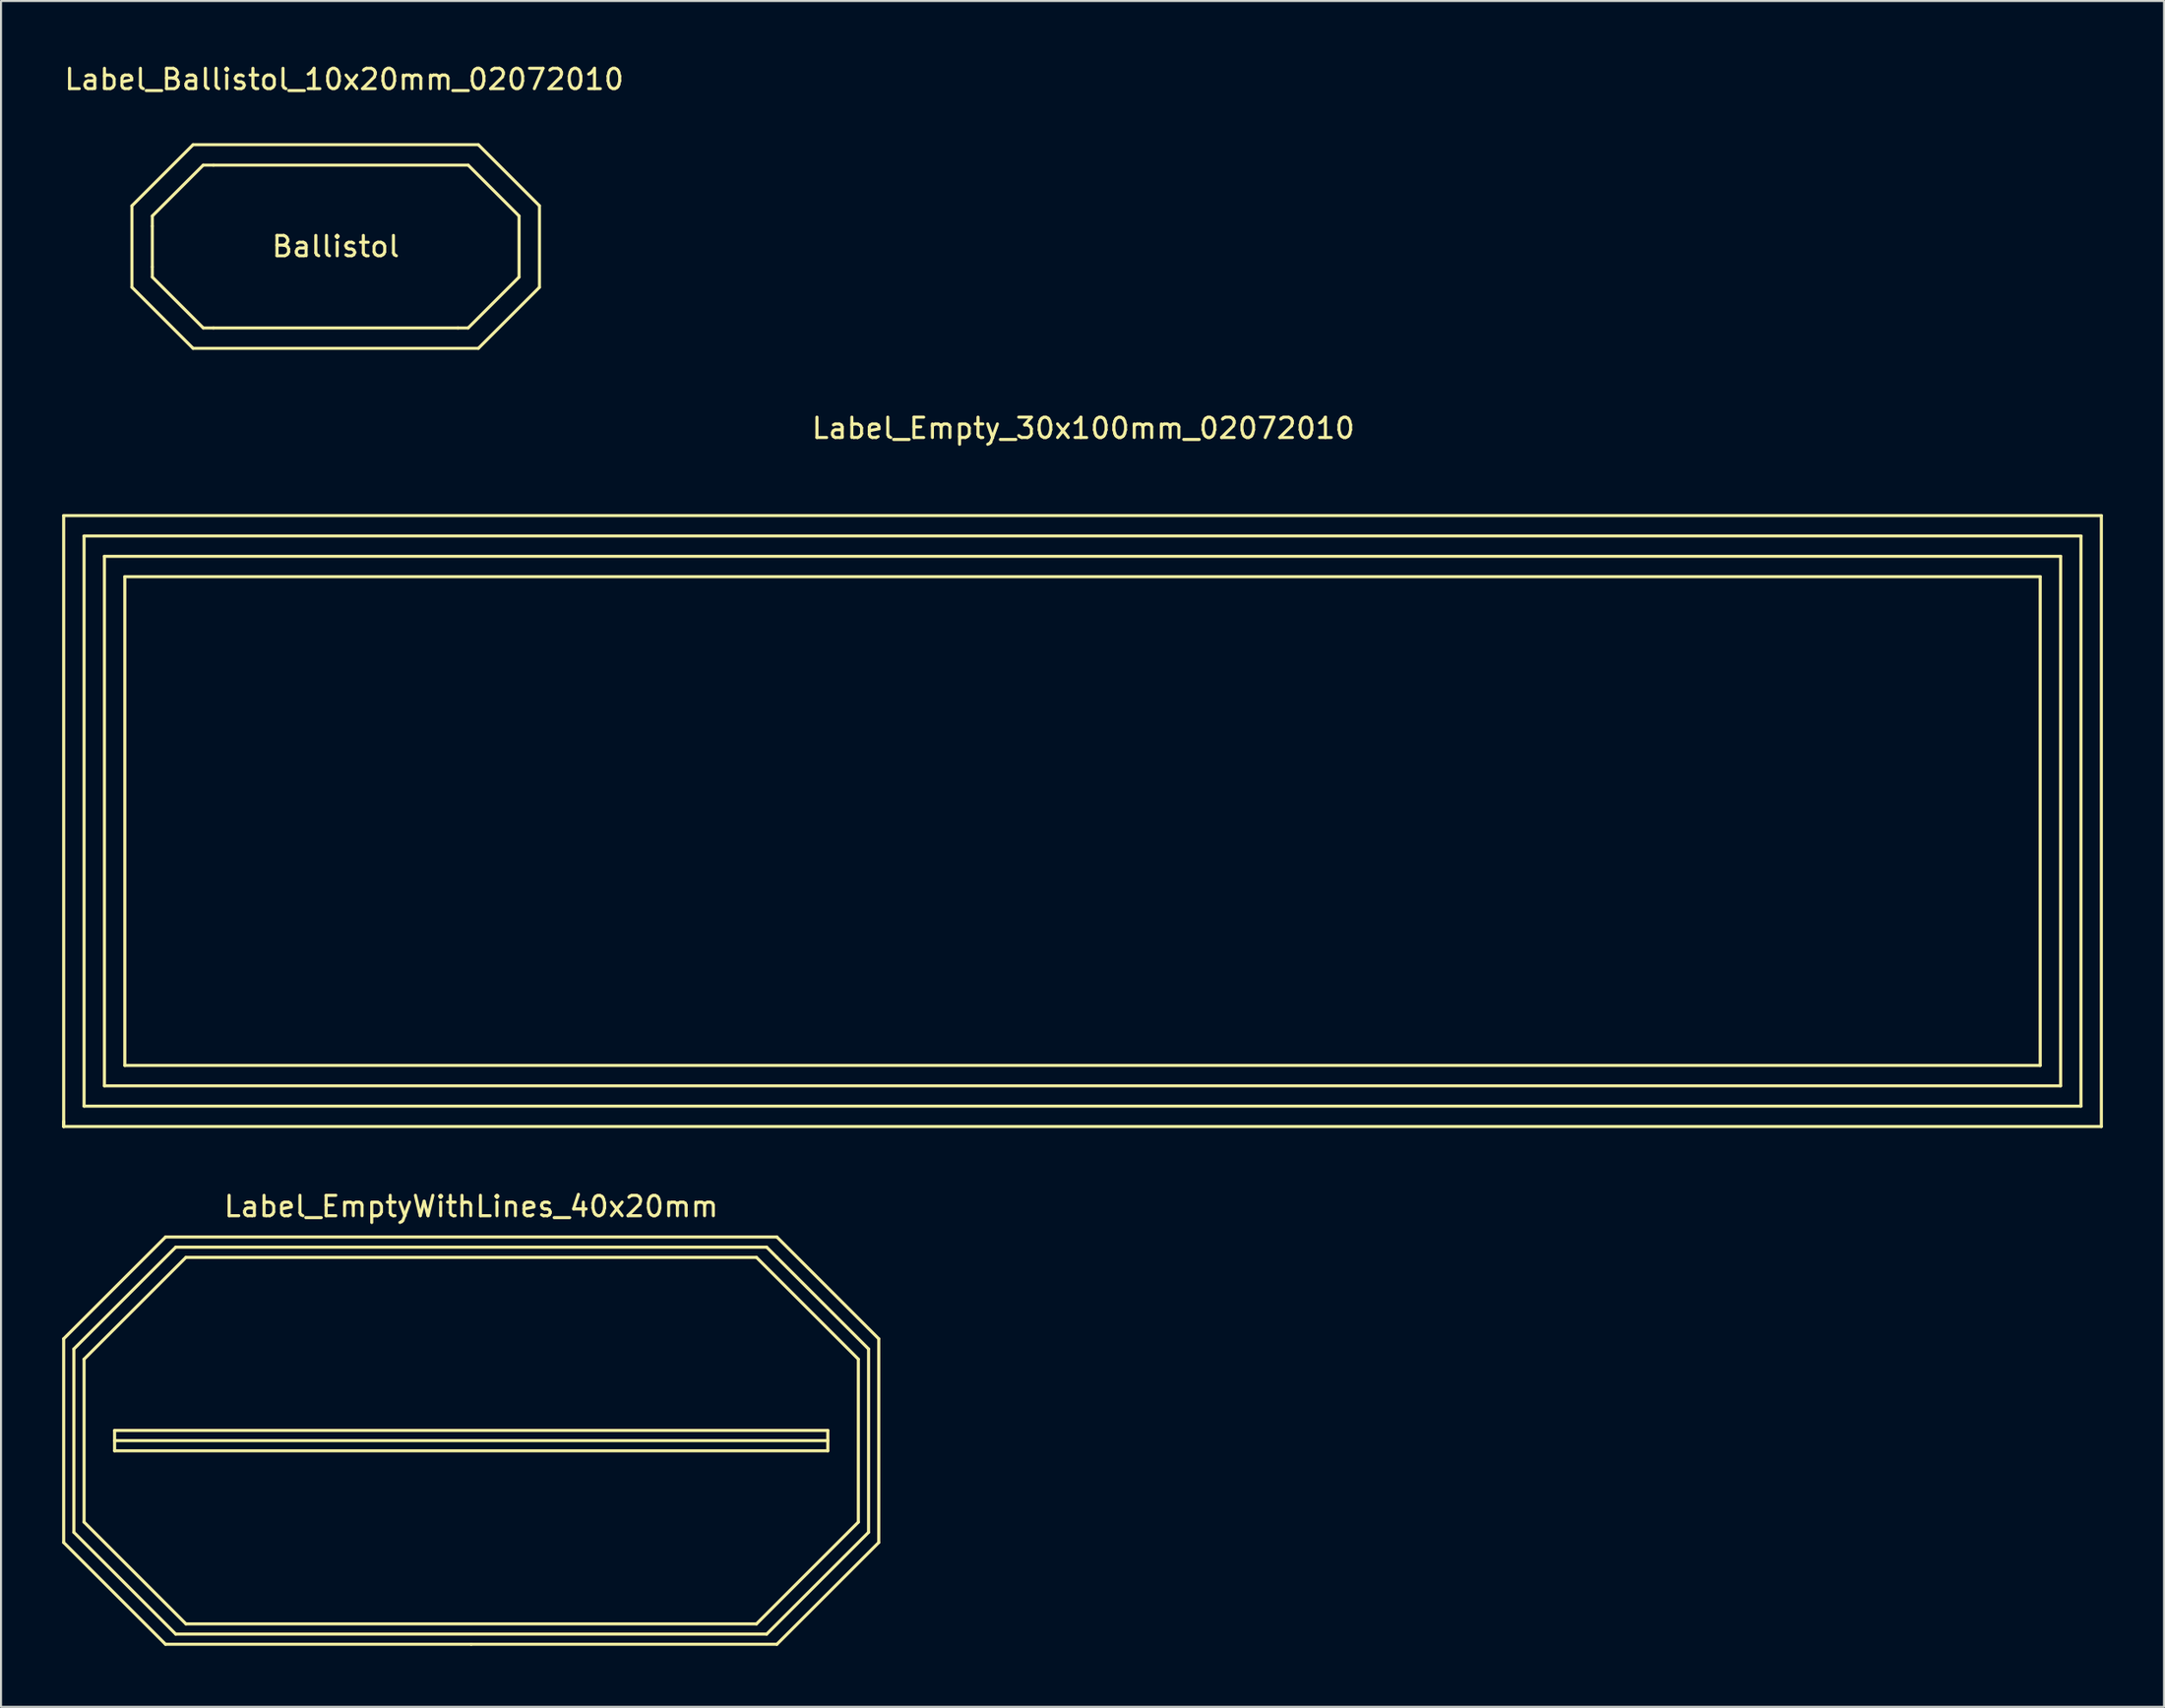
<source format=kicad_pcb>
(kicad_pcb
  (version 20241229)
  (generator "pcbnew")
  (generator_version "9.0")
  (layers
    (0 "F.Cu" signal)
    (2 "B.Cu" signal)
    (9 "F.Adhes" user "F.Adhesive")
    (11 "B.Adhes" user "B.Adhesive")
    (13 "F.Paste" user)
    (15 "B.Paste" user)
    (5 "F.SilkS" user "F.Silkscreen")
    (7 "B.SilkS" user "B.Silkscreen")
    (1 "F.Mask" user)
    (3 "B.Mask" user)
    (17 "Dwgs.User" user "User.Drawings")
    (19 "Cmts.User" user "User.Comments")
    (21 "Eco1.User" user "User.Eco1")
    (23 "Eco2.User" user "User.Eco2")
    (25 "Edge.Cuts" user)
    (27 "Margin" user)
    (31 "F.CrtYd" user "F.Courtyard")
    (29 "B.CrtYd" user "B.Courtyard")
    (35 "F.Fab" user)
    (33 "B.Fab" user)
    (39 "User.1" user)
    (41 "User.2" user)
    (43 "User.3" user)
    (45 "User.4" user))
  (footprint "Label_EmptyWithLines_40x20mm"
    (layer "F.Cu")
    (at 20.075 67.694)
    (property "Reference" "Label_EmptyWithLines_40x20mm" (at 0 -11.501 0) (layer "F.SilkS") (effects (font (size 1 1) (thickness 0.15))))
    (attr through_hole)
    (fp_line (start -20 -5.001) (end -20 5.001) (stroke (width 0.15) (type solid)) (layer "F.SilkS"))
    (fp_line (start -20 5.001) (end -15.001 10) (stroke (width 0.15) (type solid)) (layer "F.SilkS"))
    (fp_line (start -19.5 -4.501) (end -14.501 -9.5) (stroke (width 0.15) (type solid)) (layer "F.SilkS"))
    (fp_line (start -19.5 4.501) (end -19.5 -4.501) (stroke (width 0.15) (type solid)) (layer "F.SilkS"))
    (fp_line (start -18.999 -4) (end -14 -8.999) (stroke (width 0.15) (type solid)) (layer "F.SilkS"))
    (fp_line (start -18.999 4) (end -18.999 -4) (stroke (width 0.15) (type solid)) (layer "F.SilkS"))
    (fp_line (start -17.501 -0.5) (end -17.501 0.5) (stroke (width 0.15) (type solid)) (layer "F.SilkS"))
    (fp_line (start -17.501 0) (end 17.501 0) (stroke (width 0.15) (type solid)) (layer "F.SilkS"))
    (fp_line (start -17.501 0.5) (end 17.501 0.5) (stroke (width 0.15) (type solid)) (layer "F.SilkS"))
    (fp_line (start -15.001 -10) (end -20 -5.001) (stroke (width 0.15) (type solid)) (layer "F.SilkS"))
    (fp_line (start -15.001 -10) (end 15.001 -10) (stroke (width 0.15) (type solid)) (layer "F.SilkS"))
    (fp_line (start -15.001 10) (end 0 10) (stroke (width 0.15) (type solid)) (layer "F.SilkS"))
    (fp_line (start -14.501 -9.5) (end 14.501 -9.5) (stroke (width 0.15) (type solid)) (layer "F.SilkS"))
    (fp_line (start -14.501 9.5) (end -19.5 4.501) (stroke (width 0.15) (type solid)) (layer "F.SilkS"))
    (fp_line (start -14 -8.999) (end 14 -8.999) (stroke (width 0.15) (type solid)) (layer "F.SilkS"))
    (fp_line (start -14 8.999) (end -18.999 4) (stroke (width 0.15) (type solid)) (layer "F.SilkS"))
    (fp_line (start 0 10) (end 15.001 10) (stroke (width 0.15) (type solid)) (layer "F.SilkS"))
    (fp_line (start 14 -8.999) (end 18.999 -4) (stroke (width 0.15) (type solid)) (layer "F.SilkS"))
    (fp_line (start 14 8.999) (end -14 8.999) (stroke (width 0.15) (type solid)) (layer "F.SilkS"))
    (fp_line (start 14.501 -9.5) (end 15.001 -8.999) (stroke (width 0.15) (type solid)) (layer "F.SilkS"))
    (fp_line (start 14.501 9.5) (end -14.501 9.5) (stroke (width 0.15) (type solid)) (layer "F.SilkS"))
    (fp_line (start 15.001 -10) (end 20 -5.001) (stroke (width 0.15) (type solid)) (layer "F.SilkS"))
    (fp_line (start 15.001 -8.999) (end 19.5 -4.501) (stroke (width 0.15) (type solid)) (layer "F.SilkS"))
    (fp_line (start 17.501 -0.5) (end -17.501 -0.5) (stroke (width 0.15) (type solid)) (layer "F.SilkS"))
    (fp_line (start 17.501 0) (end 17.501 -0.5) (stroke (width 0.15) (type solid)) (layer "F.SilkS"))
    (fp_line (start 17.501 0.5) (end 17.501 0) (stroke (width 0.15) (type solid)) (layer "F.SilkS"))
    (fp_line (start 18.999 -4) (end 18.999 4) (stroke (width 0.15) (type solid)) (layer "F.SilkS"))
    (fp_line (start 18.999 4) (end 14 8.999) (stroke (width 0.15) (type solid)) (layer "F.SilkS"))
    (fp_line (start 19.5 -4.501) (end 19.5 4.501) (stroke (width 0.15) (type solid)) (layer "F.SilkS"))
    (fp_line (start 19.5 4.501) (end 14.501 9.5) (stroke (width 0.15) (type solid)) (layer "F.SilkS"))
    (fp_line (start 20 -5.001) (end 20 5.001) (stroke (width 0.15) (type solid)) (layer "F.SilkS"))
    (fp_line (start 20 5.001) (end 15.001 10) (stroke (width 0.15) (type solid)) (layer "F.SilkS")))
  (footprint "Label_Ballistol_10x20mm_02072010"
    (layer "F.Cu")
    (at 13.839 8.976)
    (property "Reference" "Label_Ballistol_10x20mm_02072010" (at 0 -8.128 0) (layer "F.SilkS") (effects (font (size 1 1) (thickness 0.15))))
    (attr through_hole)
    (fp_line (start -10.414 -1.92) (end -10.414 2.08) (stroke (width 0.15) (type solid)) (layer "F.SilkS"))
    (fp_line (start -10.414 -1.92) (end -7.414 -4.92) (stroke (width 0.15) (type solid)) (layer "F.SilkS"))
    (fp_line (start -10.414 2.08) (end -7.414 5.08) (stroke (width 0.15) (type solid)) (layer "F.SilkS"))
    (fp_line (start -9.413 -1.42) (end -6.914 -3.919) (stroke (width 0.15) (type solid)) (layer "F.SilkS"))
    (fp_line (start -9.413 -0.919) (end -9.413 -1.42) (stroke (width 0.15) (type solid)) (layer "F.SilkS"))
    (fp_line (start -9.413 -0.919) (end -9.413 1.079) (stroke (width 0.15) (type solid)) (layer "F.SilkS"))
    (fp_line (start -9.413 1.079) (end -9.413 1.58) (stroke (width 0.15) (type solid)) (layer "F.SilkS"))
    (fp_line (start -9.413 1.58) (end -6.914 4.079) (stroke (width 0.15) (type solid)) (layer "F.SilkS"))
    (fp_line (start -7.414 -4.92) (end 6.586 -4.92) (stroke (width 0.15) (type solid)) (layer "F.SilkS"))
    (fp_line (start -6.914 -3.919) (end -6.413 -3.919) (stroke (width 0.15) (type solid)) (layer "F.SilkS"))
    (fp_line (start -6.914 4.079) (end -6.413 4.079) (stroke (width 0.15) (type solid)) (layer "F.SilkS"))
    (fp_line (start -6.413 4.079) (end 5.585 4.079) (stroke (width 0.15) (type solid)) (layer "F.SilkS"))
    (fp_line (start 6.086 -3.919) (end -6.413 -3.919) (stroke (width 0.15) (type solid)) (layer "F.SilkS"))
    (fp_line (start 6.086 4.079) (end 5.585 4.079) (stroke (width 0.15) (type solid)) (layer "F.SilkS"))
    (fp_line (start 6.586 5.08) (end -7.414 5.08) (stroke (width 0.15) (type solid)) (layer "F.SilkS"))
    (fp_line (start 6.586 5.08) (end 9.586 2.08) (stroke (width 0.15) (type solid)) (layer "F.SilkS"))
    (fp_line (start 8.585 -1.42) (end 6.086 -3.919) (stroke (width 0.15) (type solid)) (layer "F.SilkS"))
    (fp_line (start 8.585 -1.42) (end 8.585 1.58) (stroke (width 0.15) (type solid)) (layer "F.SilkS"))
    (fp_line (start 8.585 1.58) (end 6.086 4.079) (stroke (width 0.15) (type solid)) (layer "F.SilkS"))
    (fp_line (start 9.586 -1.92) (end 6.586 -4.92) (stroke (width 0.15) (type solid)) (layer "F.SilkS"))
    (fp_line (start 9.586 -1.92) (end 9.586 2.08) (stroke (width 0.15) (type solid)) (layer "F.SilkS"))
    (fp_text user "Ballistol" (at -0.414 0.079 0) (layer "F.SilkS") (effects (font (size 1 1) (thickness 0.15)))))
  (footprint "Label_Empty_30x100mm_02072010"
    (layer "F.Cu")
    (at 50.113 37.283)
    (property "Reference" "Label_Empty_30x100mm_02072010" (at 0 -19.304 0) (layer "F.SilkS") (effects (font (size 1 1) (thickness 0.15))))
    (attr through_hole)
    (fp_line (start -50.038 -15.014) (end -50.038 14.986) (stroke (width 0.15) (type solid)) (layer "F.SilkS"))
    (fp_line (start -50.038 14.986) (end -50.038 14.737) (stroke (width 0.15) (type solid)) (layer "F.SilkS"))
    (fp_line (start -50.038 14.986) (end 49.962 14.986) (stroke (width 0.15) (type solid)) (layer "F.SilkS"))
    (fp_line (start -49.037 -14.013) (end -49.037 13.985) (stroke (width 0.15) (type solid)) (layer "F.SilkS"))
    (fp_line (start -49.037 13.985) (end 48.961 13.985) (stroke (width 0.15) (type solid)) (layer "F.SilkS"))
    (fp_line (start -48.039 -13.015) (end -48.039 12.987) (stroke (width 0.15) (type solid)) (layer "F.SilkS"))
    (fp_line (start -48.039 12.987) (end 47.963 12.987) (stroke (width 0.15) (type solid)) (layer "F.SilkS"))
    (fp_line (start -47.038 -12.014) (end -47.038 11.986) (stroke (width 0.15) (type solid)) (layer "F.SilkS"))
    (fp_line (start -47.038 11.986) (end 46.962 11.986) (stroke (width 0.15) (type solid)) (layer "F.SilkS"))
    (fp_line (start 46.962 -12.014) (end -47.038 -12.014) (stroke (width 0.15) (type solid)) (layer "F.SilkS"))
    (fp_line (start 46.962 11.986) (end 46.962 -12.014) (stroke (width 0.15) (type solid)) (layer "F.SilkS"))
    (fp_line (start 47.963 -13.015) (end -48.039 -13.015) (stroke (width 0.15) (type solid)) (layer "F.SilkS"))
    (fp_line (start 47.963 12.987) (end 47.963 -13.015) (stroke (width 0.15) (type solid)) (layer "F.SilkS"))
    (fp_line (start 48.961 -14.013) (end -49.037 -14.013) (stroke (width 0.15) (type solid)) (layer "F.SilkS"))
    (fp_line (start 48.961 13.985) (end 48.961 -14.013) (stroke (width 0.15) (type solid)) (layer "F.SilkS"))
    (fp_line (start 49.962 -15.014) (end -50.038 -15.014) (stroke (width 0.15) (type solid)) (layer "F.SilkS"))
    (fp_line (start 49.962 14.986) (end 49.962 -15.014) (stroke (width 0.15) (type solid)) (layer "F.SilkS"))
    (fp_text user "" (at -0.038 7.986 0) (layer "F.SilkS") (effects (font (size 1 1) (thickness 0.15)))))
  (gr_rect
    (start -3 -3)
    (end 103.15 80.769)
    (stroke (width 0.1) (type default))
    (fill no)
    (layer "Edge.Cuts")))
</source>
